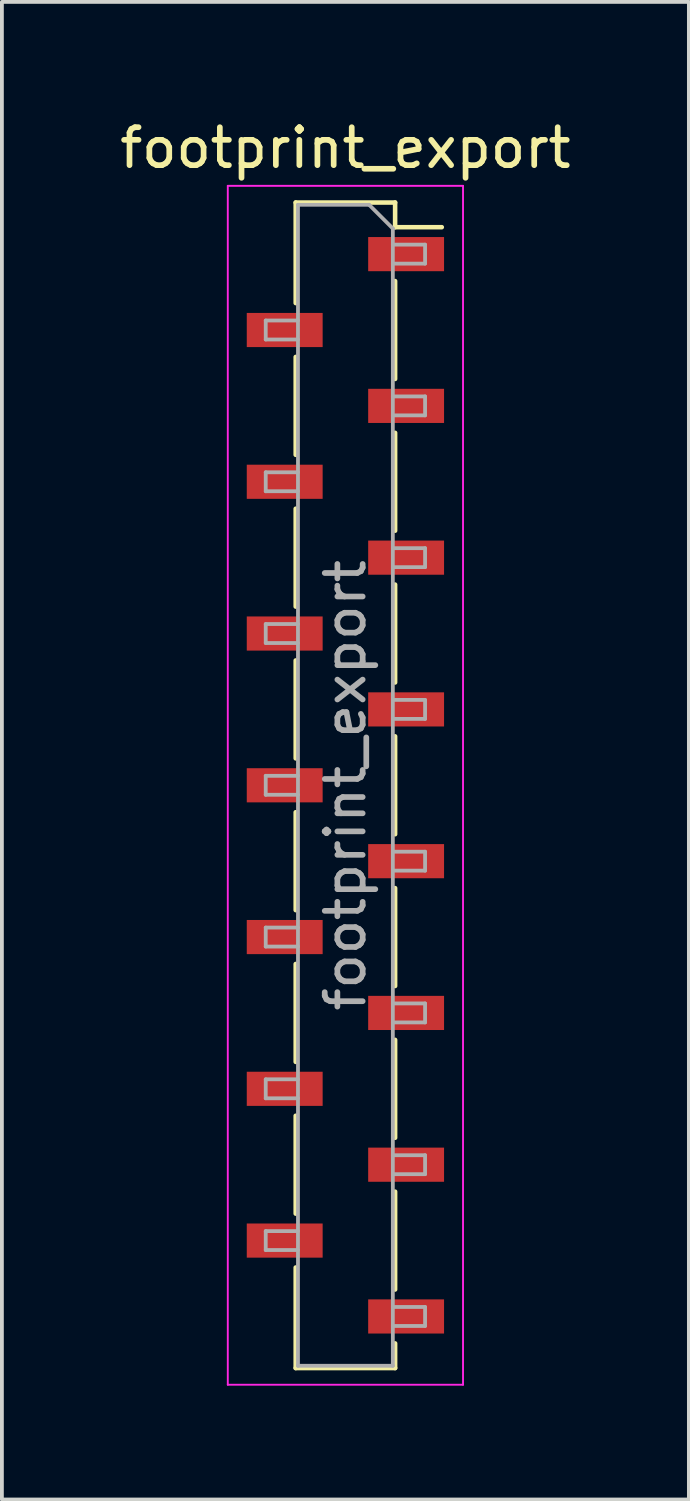
<source format=kicad_pcb>
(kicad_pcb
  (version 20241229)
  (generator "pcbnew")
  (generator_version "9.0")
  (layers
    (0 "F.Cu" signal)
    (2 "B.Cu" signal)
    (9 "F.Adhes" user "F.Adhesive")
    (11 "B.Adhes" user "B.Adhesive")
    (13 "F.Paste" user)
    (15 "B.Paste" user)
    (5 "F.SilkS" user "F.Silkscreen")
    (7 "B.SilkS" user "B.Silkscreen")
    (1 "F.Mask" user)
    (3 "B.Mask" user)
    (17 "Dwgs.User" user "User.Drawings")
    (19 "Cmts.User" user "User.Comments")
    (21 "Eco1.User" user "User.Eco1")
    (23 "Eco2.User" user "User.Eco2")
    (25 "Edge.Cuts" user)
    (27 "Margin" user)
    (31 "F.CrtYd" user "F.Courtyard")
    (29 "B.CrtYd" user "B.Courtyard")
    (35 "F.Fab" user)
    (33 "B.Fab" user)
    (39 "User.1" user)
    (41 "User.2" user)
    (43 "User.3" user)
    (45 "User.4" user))
  (footprint "footprint_export"
    (layer "F.Cu")
    (at 6.054 17.648)
    (property "Reference" "footprint_export" (at 0 -16.8 0) (layer "F.SilkS") (effects (font (size 1 1) (thickness 0.15))))
    (attr smd)
    (fp_line (start -1.31 -15.36) (end -1.31 -12.71) (stroke (width 0.12) (type solid)) (layer "F.SilkS"))
    (fp_line (start -1.31 -15.36) (end 1.31 -15.36) (stroke (width 0.12) (type solid)) (layer "F.SilkS"))
    (fp_line (start -1.31 -11.29) (end -1.31 -8.71) (stroke (width 0.12) (type solid)) (layer "F.SilkS"))
    (fp_line (start -1.31 -7.29) (end -1.31 -4.71) (stroke (width 0.12) (type solid)) (layer "F.SilkS"))
    (fp_line (start -1.31 -3.29) (end -1.31 -0.71) (stroke (width 0.12) (type solid)) (layer "F.SilkS"))
    (fp_line (start -1.31 0.71) (end -1.31 3.29) (stroke (width 0.12) (type solid)) (layer "F.SilkS"))
    (fp_line (start -1.31 4.71) (end -1.31 7.29) (stroke (width 0.12) (type solid)) (layer "F.SilkS"))
    (fp_line (start -1.31 8.71) (end -1.31 11.29) (stroke (width 0.12) (type solid)) (layer "F.SilkS"))
    (fp_line (start -1.31 12.71) (end -1.31 15.36) (stroke (width 0.12) (type solid)) (layer "F.SilkS"))
    (fp_line (start -1.31 15.36) (end 1.31 15.36) (stroke (width 0.12) (type solid)) (layer "F.SilkS"))
    (fp_line (start 1.31 -15.36) (end 1.31 -14.71) (stroke (width 0.12) (type solid)) (layer "F.SilkS"))
    (fp_line (start 1.31 -14.71) (end 2.54 -14.71) (stroke (width 0.12) (type solid)) (layer "F.SilkS"))
    (fp_line (start 1.31 -13.29) (end 1.31 -10.71) (stroke (width 0.12) (type solid)) (layer "F.SilkS"))
    (fp_line (start 1.31 -9.29) (end 1.31 -6.71) (stroke (width 0.12) (type solid)) (layer "F.SilkS"))
    (fp_line (start 1.31 -5.29) (end 1.31 -2.71) (stroke (width 0.12) (type solid)) (layer "F.SilkS"))
    (fp_line (start 1.31 -1.29) (end 1.31 1.29) (stroke (width 0.12) (type solid)) (layer "F.SilkS"))
    (fp_line (start 1.31 2.71) (end 1.31 5.29) (stroke (width 0.12) (type solid)) (layer "F.SilkS"))
    (fp_line (start 1.31 6.71) (end 1.31 9.29) (stroke (width 0.12) (type solid)) (layer "F.SilkS"))
    (fp_line (start 1.31 10.71) (end 1.31 13.29) (stroke (width 0.12) (type solid)) (layer "F.SilkS"))
    (fp_line (start 1.31 14.71) (end 1.31 15.36) (stroke (width 0.12) (type solid)) (layer "F.SilkS"))
    (fp_line (start -3.1 -15.8) (end 3.1 -15.8) (stroke (width 0.05) (type solid)) (layer "F.CrtYd"))
    (fp_line (start -3.1 15.8) (end -3.1 -15.8) (stroke (width 0.05) (type solid)) (layer "F.CrtYd"))
    (fp_line (start 3.1 -15.8) (end 3.1 15.8) (stroke (width 0.05) (type solid)) (layer "F.CrtYd"))
    (fp_line (start 3.1 15.8) (end -3.1 15.8) (stroke (width 0.05) (type solid)) (layer "F.CrtYd"))
    (fp_line (start -2.1 -12.25) (end -1.25 -12.25) (stroke (width 0.1) (type solid)) (layer "F.Fab"))
    (fp_line (start -2.1 -11.75) (end -2.1 -12.25) (stroke (width 0.1) (type solid)) (layer "F.Fab"))
    (fp_line (start -2.1 -8.25) (end -1.25 -8.25) (stroke (width 0.1) (type solid)) (layer "F.Fab"))
    (fp_line (start -2.1 -7.75) (end -2.1 -8.25) (stroke (width 0.1) (type solid)) (layer "F.Fab"))
    (fp_line (start -2.1 -4.25) (end -1.25 -4.25) (stroke (width 0.1) (type solid)) (layer "F.Fab"))
    (fp_line (start -2.1 -3.75) (end -2.1 -4.25) (stroke (width 0.1) (type solid)) (layer "F.Fab"))
    (fp_line (start -2.1 -0.25) (end -1.25 -0.25) (stroke (width 0.1) (type solid)) (layer "F.Fab"))
    (fp_line (start -2.1 0.25) (end -2.1 -0.25) (stroke (width 0.1) (type solid)) (layer "F.Fab"))
    (fp_line (start -2.1 3.75) (end -1.25 3.75) (stroke (width 0.1) (type solid)) (layer "F.Fab"))
    (fp_line (start -2.1 4.25) (end -2.1 3.75) (stroke (width 0.1) (type solid)) (layer "F.Fab"))
    (fp_line (start -2.1 7.75) (end -1.25 7.75) (stroke (width 0.1) (type solid)) (layer "F.Fab"))
    (fp_line (start -2.1 8.25) (end -2.1 7.75) (stroke (width 0.1) (type solid)) (layer "F.Fab"))
    (fp_line (start -2.1 11.75) (end -1.25 11.75) (stroke (width 0.1) (type solid)) (layer "F.Fab"))
    (fp_line (start -2.1 12.25) (end -2.1 11.75) (stroke (width 0.1) (type solid)) (layer "F.Fab"))
    (fp_line (start -1.25 -15.3) (end 0.625 -15.3) (stroke (width 0.1) (type solid)) (layer "F.Fab"))
    (fp_line (start -1.25 -11.75) (end -2.1 -11.75) (stroke (width 0.1) (type solid)) (layer "F.Fab"))
    (fp_line (start -1.25 -7.75) (end -2.1 -7.75) (stroke (width 0.1) (type solid)) (layer "F.Fab"))
    (fp_line (start -1.25 -3.75) (end -2.1 -3.75) (stroke (width 0.1) (type solid)) (layer "F.Fab"))
    (fp_line (start -1.25 0.25) (end -2.1 0.25) (stroke (width 0.1) (type solid)) (layer "F.Fab"))
    (fp_line (start -1.25 4.25) (end -2.1 4.25) (stroke (width 0.1) (type solid)) (layer "F.Fab"))
    (fp_line (start -1.25 8.25) (end -2.1 8.25) (stroke (width 0.1) (type solid)) (layer "F.Fab"))
    (fp_line (start -1.25 12.25) (end -2.1 12.25) (stroke (width 0.1) (type solid)) (layer "F.Fab"))
    (fp_line (start -1.25 15.3) (end -1.25 -15.3) (stroke (width 0.1) (type solid)) (layer "F.Fab"))
    (fp_line (start 0.625 -15.3) (end 1.25 -14.675) (stroke (width 0.1) (type solid)) (layer "F.Fab"))
    (fp_line (start 1.25 -14.675) (end 1.25 15.3) (stroke (width 0.1) (type solid)) (layer "F.Fab"))
    (fp_line (start 1.25 -14.25) (end 2.1 -14.25) (stroke (width 0.1) (type solid)) (layer "F.Fab"))
    (fp_line (start 1.25 -10.25) (end 2.1 -10.25) (stroke (width 0.1) (type solid)) (layer "F.Fab"))
    (fp_line (start 1.25 -6.25) (end 2.1 -6.25) (stroke (width 0.1) (type solid)) (layer "F.Fab"))
    (fp_line (start 1.25 -2.25) (end 2.1 -2.25) (stroke (width 0.1) (type solid)) (layer "F.Fab"))
    (fp_line (start 1.25 1.75) (end 2.1 1.75) (stroke (width 0.1) (type solid)) (layer "F.Fab"))
    (fp_line (start 1.25 5.75) (end 2.1 5.75) (stroke (width 0.1) (type solid)) (layer "F.Fab"))
    (fp_line (start 1.25 9.75) (end 2.1 9.75) (stroke (width 0.1) (type solid)) (layer "F.Fab"))
    (fp_line (start 1.25 13.75) (end 2.1 13.75) (stroke (width 0.1) (type solid)) (layer "F.Fab"))
    (fp_line (start 1.25 15.3) (end -1.25 15.3) (stroke (width 0.1) (type solid)) (layer "F.Fab"))
    (fp_line (start 2.1 -14.25) (end 2.1 -13.75) (stroke (width 0.1) (type solid)) (layer "F.Fab"))
    (fp_line (start 2.1 -13.75) (end 1.25 -13.75) (stroke (width 0.1) (type solid)) (layer "F.Fab"))
    (fp_line (start 2.1 -10.25) (end 2.1 -9.75) (stroke (width 0.1) (type solid)) (layer "F.Fab"))
    (fp_line (start 2.1 -9.75) (end 1.25 -9.75) (stroke (width 0.1) (type solid)) (layer "F.Fab"))
    (fp_line (start 2.1 -6.25) (end 2.1 -5.75) (stroke (width 0.1) (type solid)) (layer "F.Fab"))
    (fp_line (start 2.1 -5.75) (end 1.25 -5.75) (stroke (width 0.1) (type solid)) (layer "F.Fab"))
    (fp_line (start 2.1 -2.25) (end 2.1 -1.75) (stroke (width 0.1) (type solid)) (layer "F.Fab"))
    (fp_line (start 2.1 -1.75) (end 1.25 -1.75) (stroke (width 0.1) (type solid)) (layer "F.Fab"))
    (fp_line (start 2.1 1.75) (end 2.1 2.25) (stroke (width 0.1) (type solid)) (layer "F.Fab"))
    (fp_line (start 2.1 2.25) (end 1.25 2.25) (stroke (width 0.1) (type solid)) (layer "F.Fab"))
    (fp_line (start 2.1 5.75) (end 2.1 6.25) (stroke (width 0.1) (type solid)) (layer "F.Fab"))
    (fp_line (start 2.1 6.25) (end 1.25 6.25) (stroke (width 0.1) (type solid)) (layer "F.Fab"))
    (fp_line (start 2.1 9.75) (end 2.1 10.25) (stroke (width 0.1) (type solid)) (layer "F.Fab"))
    (fp_line (start 2.1 10.25) (end 1.25 10.25) (stroke (width 0.1) (type solid)) (layer "F.Fab"))
    (fp_line (start 2.1 13.75) (end 2.1 14.25) (stroke (width 0.1) (type solid)) (layer "F.Fab"))
    (fp_line (start 2.1 14.25) (end 1.25 14.25) (stroke (width 0.1) (type solid)) (layer "F.Fab"))
    (fp_text user "${REFERENCE}" (at 0 0 90) (layer "F.Fab") (effects (font (size 1 1) (thickness 0.15))))
    (pad "1" smd rect (at 1.6 -14) (size 2 0.9) (layers "F.Cu" "F.Mask" "F.Paste"))
    (pad "2" smd rect (at -1.6 -12) (size 2 0.9) (layers "F.Cu" "F.Mask" "F.Paste"))
    (pad "3" smd rect (at 1.6 -10) (size 2 0.9) (layers "F.Cu" "F.Mask" "F.Paste"))
    (pad "4" smd rect (at -1.6 -8) (size 2 0.9) (layers "F.Cu" "F.Mask" "F.Paste"))
    (pad "5" smd rect (at 1.6 -6) (size 2 0.9) (layers "F.Cu" "F.Mask" "F.Paste"))
    (pad "6" smd rect (at -1.6 -4) (size 2 0.9) (layers "F.Cu" "F.Mask" "F.Paste"))
    (pad "7" smd rect (at 1.6 -2) (size 2 0.9) (layers "F.Cu" "F.Mask" "F.Paste"))
    (pad "8" smd rect (at -1.6 0) (size 2 0.9) (layers "F.Cu" "F.Mask" "F.Paste"))
    (pad "9" smd rect (at 1.6 2) (size 2 0.9) (layers "F.Cu" "F.Mask" "F.Paste"))
    (pad "10" smd rect (at -1.6 4) (size 2 0.9) (layers "F.Cu" "F.Mask" "F.Paste"))
    (pad "11" smd rect (at 1.6 6) (size 2 0.9) (layers "F.Cu" "F.Mask" "F.Paste"))
    (pad "12" smd rect (at -1.6 8) (size 2 0.9) (layers "F.Cu" "F.Mask" "F.Paste"))
    (pad "13" smd rect (at 1.6 10) (size 2 0.9) (layers "F.Cu" "F.Mask" "F.Paste"))
    (pad "14" smd rect (at -1.6 12) (size 2 0.9) (layers "F.Cu" "F.Mask" "F.Paste"))
    (pad "15" smd rect (at 1.6 14) (size 2 0.9) (layers "F.Cu" "F.Mask" "F.Paste")))
  (gr_rect
    (start -3 -3)
    (end 15.107 36.473)
    (stroke (width 0.1) (type default))
    (fill no)
    (layer "Edge.Cuts")))
</source>
